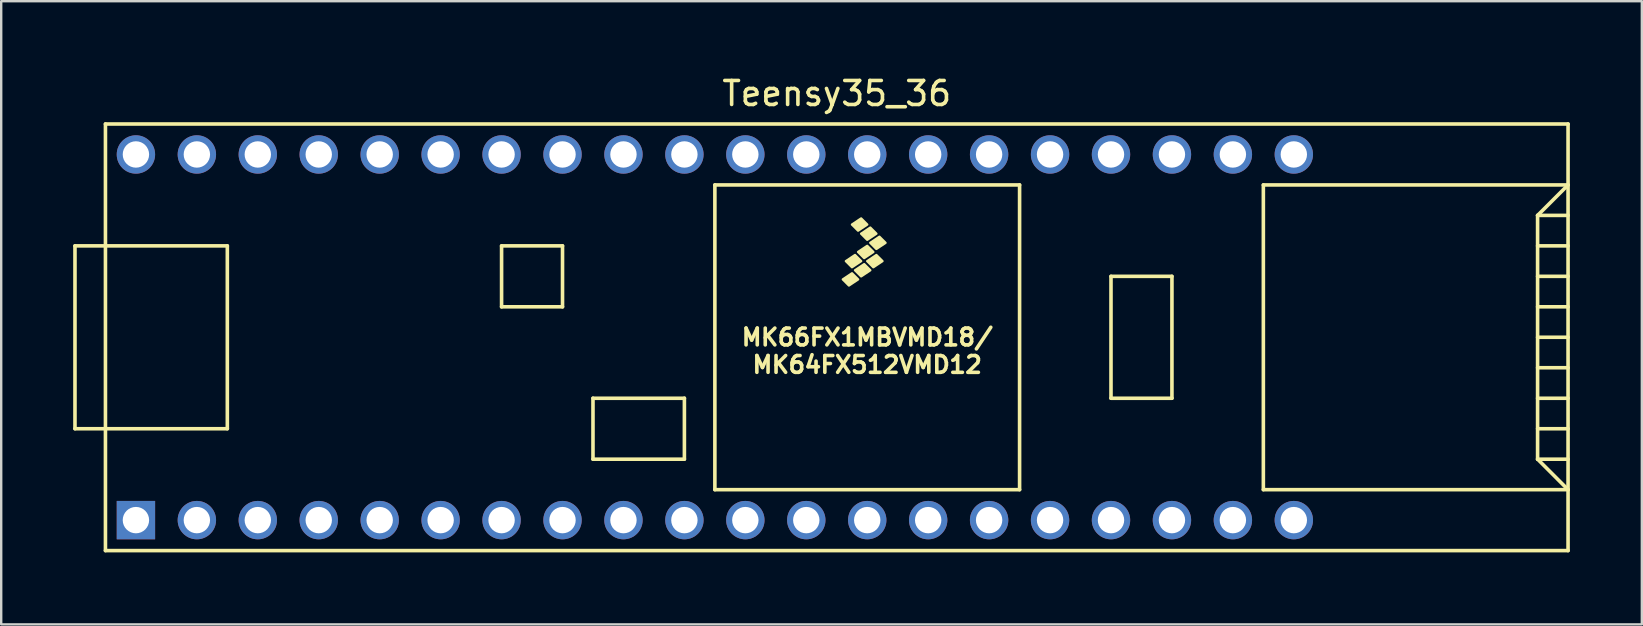
<source format=kicad_pcb>
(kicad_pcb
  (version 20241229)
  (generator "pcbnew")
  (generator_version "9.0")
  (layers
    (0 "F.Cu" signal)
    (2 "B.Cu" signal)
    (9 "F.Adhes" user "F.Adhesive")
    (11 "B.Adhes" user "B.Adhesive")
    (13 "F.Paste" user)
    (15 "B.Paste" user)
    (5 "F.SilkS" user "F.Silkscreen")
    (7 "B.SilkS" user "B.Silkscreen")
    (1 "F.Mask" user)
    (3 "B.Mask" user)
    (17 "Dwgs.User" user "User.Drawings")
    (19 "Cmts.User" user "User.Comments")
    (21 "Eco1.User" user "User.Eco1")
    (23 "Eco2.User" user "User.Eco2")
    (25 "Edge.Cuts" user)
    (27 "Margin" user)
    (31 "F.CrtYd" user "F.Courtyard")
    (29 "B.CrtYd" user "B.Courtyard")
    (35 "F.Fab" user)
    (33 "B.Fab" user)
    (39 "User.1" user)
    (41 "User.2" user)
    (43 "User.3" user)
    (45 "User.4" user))
  (footprint "Teensy35_36"
    (layer "F.Cu")
    (at 31.825 11.008)
    (property "Reference" "Teensy35_36" (at 0 -10.16 0) (layer "F.SilkS") (effects (font (size 1 1) (thickness 0.15))))
    (attr through_hole)
    (fp_line (start -31.75 -3.81) (end -30.48 -3.81) (stroke (width 0.15) (type solid)) (layer "F.SilkS"))
    (fp_line (start -31.75 3.81) (end -31.75 -3.81) (stroke (width 0.15) (type solid)) (layer "F.SilkS"))
    (fp_line (start -30.48 3.81) (end -31.75 3.81) (stroke (width 0.15) (type solid)) (layer "F.SilkS"))
    (fp_line (start -30.48 8.89) (end -30.48 -8.89) (stroke (width 0.15) (type solid)) (layer "F.SilkS"))
    (fp_line (start -30.48 8.89) (end 30.48 8.89) (stroke (width 0.15) (type solid)) (layer "F.SilkS"))
    (fp_line (start -25.4 -3.81) (end -30.48 -3.81) (stroke (width 0.15) (type solid)) (layer "F.SilkS"))
    (fp_line (start -25.4 3.81) (end -30.48 3.81) (stroke (width 0.15) (type solid)) (layer "F.SilkS"))
    (fp_line (start -25.4 3.81) (end -25.4 -3.81) (stroke (width 0.15) (type solid)) (layer "F.SilkS"))
    (fp_line (start -13.97 -3.81) (end -13.97 -1.27) (stroke (width 0.15) (type solid)) (layer "F.SilkS"))
    (fp_line (start -13.97 -1.27) (end -11.43 -1.27) (stroke (width 0.15) (type solid)) (layer "F.SilkS"))
    (fp_line (start -11.43 -3.81) (end -13.97 -3.81) (stroke (width 0.15) (type solid)) (layer "F.SilkS"))
    (fp_line (start -11.43 -1.27) (end -11.43 -3.81) (stroke (width 0.15) (type solid)) (layer "F.SilkS"))
    (fp_line (start -10.16 2.54) (end -6.35 2.54) (stroke (width 0.15) (type solid)) (layer "F.SilkS"))
    (fp_line (start -10.16 5.08) (end -10.16 2.54) (stroke (width 0.15) (type solid)) (layer "F.SilkS"))
    (fp_line (start -6.35 2.54) (end -6.35 5.08) (stroke (width 0.15) (type solid)) (layer "F.SilkS"))
    (fp_line (start -6.35 5.08) (end -10.16 5.08) (stroke (width 0.15) (type solid)) (layer "F.SilkS"))
    (fp_line (start -5.08 -6.35) (end -5.08 6.35) (stroke (width 0.15) (type solid)) (layer "F.SilkS"))
    (fp_line (start -5.08 -6.35) (end 7.62 -6.35) (stroke (width 0.15) (type solid)) (layer "F.SilkS"))
    (fp_line (start -5.08 6.35) (end 7.62 6.35) (stroke (width 0.15) (type solid)) (layer "F.SilkS"))
    (fp_line (start 7.62 6.35) (end 7.62 -6.35) (stroke (width 0.15) (type solid)) (layer "F.SilkS"))
    (fp_line (start 11.43 -2.54) (end 13.97 -2.54) (stroke (width 0.15) (type solid)) (layer "F.SilkS"))
    (fp_line (start 11.43 2.54) (end 11.43 -2.54) (stroke (width 0.15) (type solid)) (layer "F.SilkS"))
    (fp_line (start 13.97 -2.54) (end 13.97 2.54) (stroke (width 0.15) (type solid)) (layer "F.SilkS"))
    (fp_line (start 13.97 2.54) (end 11.43 2.54) (stroke (width 0.15) (type solid)) (layer "F.SilkS"))
    (fp_line (start 17.78 -6.35) (end 17.78 6.35) (stroke (width 0.15) (type solid)) (layer "F.SilkS"))
    (fp_line (start 17.78 6.35) (end 30.48 6.35) (stroke (width 0.15) (type solid)) (layer "F.SilkS"))
    (fp_line (start 29.21 -5.08) (end 30.48 -6.35) (stroke (width 0.15) (type solid)) (layer "F.SilkS"))
    (fp_line (start 29.21 -5.08) (end 30.48 -5.08) (stroke (width 0.15) (type solid)) (layer "F.SilkS"))
    (fp_line (start 29.21 -3.81) (end 30.48 -3.81) (stroke (width 0.15) (type solid)) (layer "F.SilkS"))
    (fp_line (start 29.21 -2.54) (end 30.48 -2.54) (stroke (width 0.15) (type solid)) (layer "F.SilkS"))
    (fp_line (start 29.21 -1.27) (end 30.48 -1.27) (stroke (width 0.15) (type solid)) (layer "F.SilkS"))
    (fp_line (start 29.21 0) (end 30.48 0) (stroke (width 0.15) (type solid)) (layer "F.SilkS"))
    (fp_line (start 29.21 1.27) (end 30.48 1.27) (stroke (width 0.15) (type solid)) (layer "F.SilkS"))
    (fp_line (start 29.21 2.54) (end 30.48 2.54) (stroke (width 0.15) (type solid)) (layer "F.SilkS"))
    (fp_line (start 29.21 3.81) (end 30.48 3.81) (stroke (width 0.15) (type solid)) (layer "F.SilkS"))
    (fp_line (start 29.21 5.08) (end 29.21 -5.08) (stroke (width 0.15) (type solid)) (layer "F.SilkS"))
    (fp_line (start 29.21 5.08) (end 30.48 5.08) (stroke (width 0.15) (type solid)) (layer "F.SilkS"))
    (fp_line (start 30.48 -8.89) (end -30.48 -8.89) (stroke (width 0.15) (type solid)) (layer "F.SilkS"))
    (fp_line (start 30.48 -8.89) (end 30.48 8.89) (stroke (width 0.15) (type solid)) (layer "F.SilkS"))
    (fp_line (start 30.48 -6.35) (end 17.78 -6.35) (stroke (width 0.15) (type solid)) (layer "F.SilkS"))
    (fp_line (start 30.48 6.35) (end 29.21 5.08) (stroke (width 0.15) (type solid)) (layer "F.SilkS"))
    (fp_poly (pts (xy 0.635 -2.667) (xy 0.889 -2.413) (xy 0.508 -2.159) (xy 0.254 -2.413)) (stroke (width 0.1) (type solid)) (fill yes) (layer "F.SilkS"))
    (fp_poly (pts (xy 0.762 -3.429) (xy 1.016 -3.175) (xy 0.635 -2.921) (xy 0.381 -3.175)) (stroke (width 0.1) (type solid)) (fill yes) (layer "F.SilkS"))
    (fp_poly (pts (xy 1.016 -4.953) (xy 1.27 -4.699) (xy 0.889 -4.445) (xy 0.635 -4.699)) (stroke (width 0.1) (type solid)) (fill yes) (layer "F.SilkS"))
    (fp_poly (pts (xy 1.143 -3.048) (xy 1.397 -2.794) (xy 1.016 -2.54) (xy 0.762 -2.794)) (stroke (width 0.1) (type solid)) (fill yes) (layer "F.SilkS"))
    (fp_poly (pts (xy 1.27 -3.81) (xy 1.524 -3.556) (xy 1.143 -3.302) (xy 0.889 -3.556)) (stroke (width 0.1) (type solid)) (fill yes) (layer "F.SilkS"))
    (fp_poly (pts (xy 1.397 -4.572) (xy 1.651 -4.318) (xy 1.27 -4.064) (xy 1.016 -4.318)) (stroke (width 0.1) (type solid)) (fill yes) (layer "F.SilkS"))
    (fp_poly (pts (xy 1.651 -3.429) (xy 1.905 -3.175) (xy 1.524 -2.921) (xy 1.27 -3.175)) (stroke (width 0.1) (type solid)) (fill yes) (layer "F.SilkS"))
    (fp_poly (pts (xy 1.778 -4.191) (xy 2.032 -3.937) (xy 1.651 -3.683) (xy 1.397 -3.937)) (stroke (width 0.1) (type solid)) (fill yes) (layer "F.SilkS"))
    (fp_text user "MK64FX512VMD12" (at 1.27 1.143 0) (layer "F.SilkS") (effects (font (size 0.7 0.7) (thickness 0.15))))
    (fp_text user "MK66FX1MBVMD18/" (at 1.27 0 0) (layer "F.SilkS") (effects (font (size 0.7 0.7) (thickness 0.15))))
    (pad "1" thru_hole rect (at -29.21 7.62) (size 1.6 1.6) (drill 1.1) (layers "*.Cu" "*.Mask"))
    (pad "2" thru_hole circle (at -26.67 7.62) (size 1.6 1.6) (drill 1.1) (layers "*.Cu" "*.Mask"))
    (pad "3" thru_hole circle (at -24.13 7.62) (size 1.6 1.6) (drill 1.1) (layers "*.Cu" "*.Mask"))
    (pad "4" thru_hole circle (at -21.59 7.62) (size 1.6 1.6) (drill 1.1) (layers "*.Cu" "*.Mask"))
    (pad "5" thru_hole circle (at -19.05 7.62) (size 1.6 1.6) (drill 1.1) (layers "*.Cu" "*.Mask"))
    (pad "6" thru_hole circle (at -16.51 7.62) (size 1.6 1.6) (drill 1.1) (layers "*.Cu" "*.Mask"))
    (pad "7" thru_hole circle (at -13.97 7.62) (size 1.6 1.6) (drill 1.1) (layers "*.Cu" "*.Mask"))
    (pad "8" thru_hole circle (at -11.43 7.62) (size 1.6 1.6) (drill 1.1) (layers "*.Cu" "*.Mask"))
    (pad "9" thru_hole circle (at -8.89 7.62) (size 1.6 1.6) (drill 1.1) (layers "*.Cu" "*.Mask"))
    (pad "10" thru_hole circle (at -6.35 7.62) (size 1.6 1.6) (drill 1.1) (layers "*.Cu" "*.Mask"))
    (pad "11" thru_hole circle (at -3.81 7.62) (size 1.6 1.6) (drill 1.1) (layers "*.Cu" "*.Mask"))
    (pad "12" thru_hole circle (at -1.27 7.62) (size 1.6 1.6) (drill 1.1) (layers "*.Cu" "*.Mask"))
    (pad "13" thru_hole circle (at 1.27 7.62) (size 1.6 1.6) (drill 1.1) (layers "*.Cu" "*.Mask"))
    (pad "14" thru_hole circle (at 3.81 7.62) (size 1.6 1.6) (drill 1.1) (layers "*.Cu" "*.Mask"))
    (pad "15" thru_hole circle (at 6.35 7.62) (size 1.6 1.6) (drill 1.1) (layers "*.Cu" "*.Mask"))
    (pad "16" thru_hole circle (at 8.89 7.62) (size 1.6 1.6) (drill 1.1) (layers "*.Cu" "*.Mask"))
    (pad "17" thru_hole circle (at 11.43 7.62) (size 1.6 1.6) (drill 1.1) (layers "*.Cu" "*.Mask"))
    (pad "18" thru_hole circle (at 13.97 7.62) (size 1.6 1.6) (drill 1.1) (layers "*.Cu" "*.Mask"))
    (pad "19" thru_hole circle (at 16.51 7.62) (size 1.6 1.6) (drill 1.1) (layers "*.Cu" "*.Mask"))
    (pad "20" thru_hole circle (at 19.05 7.62) (size 1.6 1.6) (drill 1.1) (layers "*.Cu" "*.Mask"))
    (pad "34" thru_hole circle (at 19.05 -7.62) (size 1.6 1.6) (drill 1.1) (layers "*.Cu" "*.Mask"))
    (pad "35" thru_hole circle (at 16.51 -7.62) (size 1.6 1.6) (drill 1.1) (layers "*.Cu" "*.Mask"))
    (pad "36" thru_hole circle (at 13.97 -7.62) (size 1.6 1.6) (drill 1.1) (layers "*.Cu" "*.Mask"))
    (pad "37" thru_hole circle (at 11.43 -7.62) (size 1.6 1.6) (drill 1.1) (layers "*.Cu" "*.Mask"))
    (pad "38" thru_hole circle (at 8.89 -7.62) (size 1.6 1.6) (drill 1.1) (layers "*.Cu" "*.Mask"))
    (pad "39" thru_hole circle (at 6.35 -7.62) (size 1.6 1.6) (drill 1.1) (layers "*.Cu" "*.Mask"))
    (pad "40" thru_hole circle (at 3.81 -7.62) (size 1.6 1.6) (drill 1.1) (layers "*.Cu" "*.Mask"))
    (pad "41" thru_hole circle (at 1.27 -7.62) (size 1.6 1.6) (drill 1.1) (layers "*.Cu" "*.Mask"))
    (pad "42" thru_hole circle (at -1.27 -7.62) (size 1.6 1.6) (drill 1.1) (layers "*.Cu" "*.Mask"))
    (pad "43" thru_hole circle (at -3.81 -7.62) (size 1.6 1.6) (drill 1.1) (layers "*.Cu" "*.Mask"))
    (pad "44" thru_hole circle (at -6.35 -7.62) (size 1.6 1.6) (drill 1.1) (layers "*.Cu" "*.Mask"))
    (pad "45" thru_hole circle (at -8.89 -7.62) (size 1.6 1.6) (drill 1.1) (layers "*.Cu" "*.Mask"))
    (pad "46" thru_hole circle (at -11.43 -7.62) (size 1.6 1.6) (drill 1.1) (layers "*.Cu" "*.Mask"))
    (pad "47" thru_hole circle (at -13.97 -7.62) (size 1.6 1.6) (drill 1.1) (layers "*.Cu" "*.Mask"))
    (pad "48" thru_hole circle (at -16.51 -7.62) (size 1.6 1.6) (drill 1.1) (layers "*.Cu" "*.Mask"))
    (pad "49" thru_hole circle (at -19.05 -7.62) (size 1.6 1.6) (drill 1.1) (layers "*.Cu" "*.Mask"))
    (pad "50" thru_hole circle (at -21.59 -7.62) (size 1.6 1.6) (drill 1.1) (layers "*.Cu" "*.Mask"))
    (pad "51" thru_hole circle (at -24.13 -7.62) (size 1.6 1.6) (drill 1.1) (layers "*.Cu" "*.Mask"))
    (pad "52" thru_hole circle (at -26.67 -7.62) (size 1.6 1.6) (drill 1.1) (layers "*.Cu" "*.Mask"))
    (pad "53" thru_hole circle (at -29.21 -7.62) (size 1.6 1.6) (drill 1.1) (layers "*.Cu" "*.Mask")))
  (gr_rect
    (start -3 -3)
    (end 65.38 22.973)
    (stroke (width 0.1) (type default))
    (fill no)
    (layer "Edge.Cuts")))
</source>
